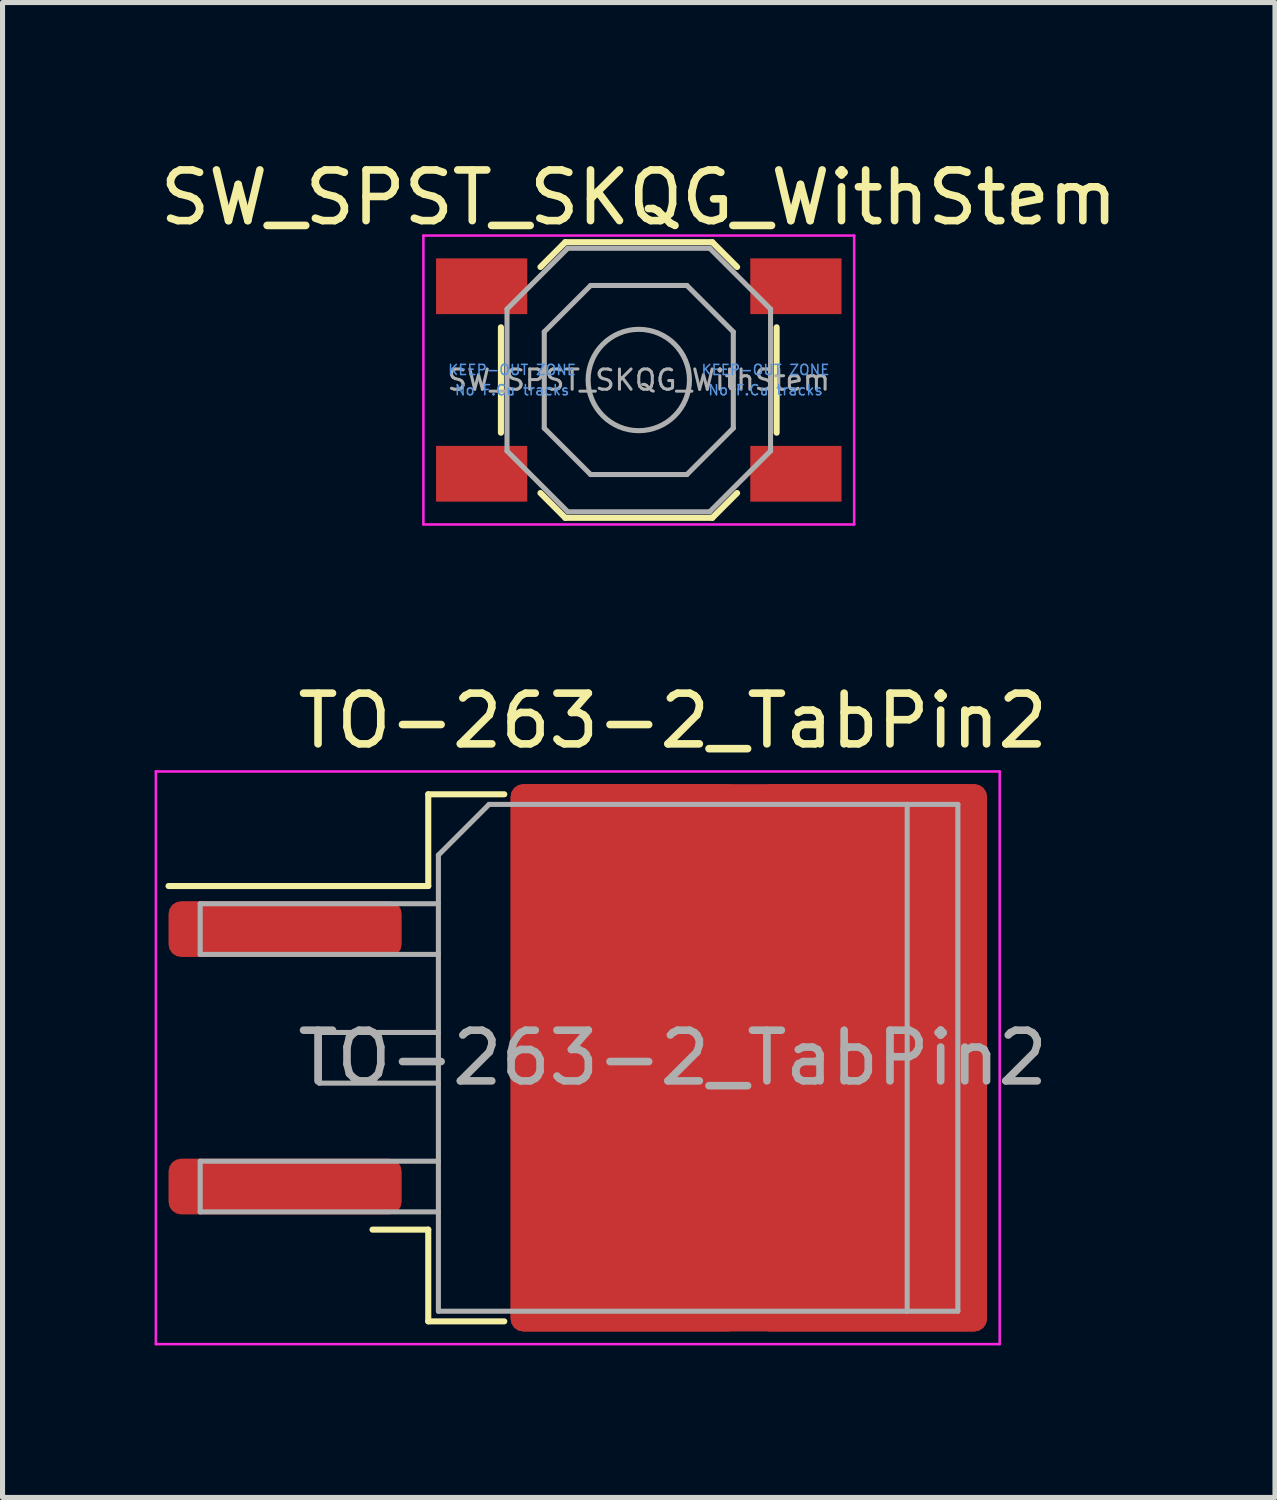
<source format=kicad_pcb>
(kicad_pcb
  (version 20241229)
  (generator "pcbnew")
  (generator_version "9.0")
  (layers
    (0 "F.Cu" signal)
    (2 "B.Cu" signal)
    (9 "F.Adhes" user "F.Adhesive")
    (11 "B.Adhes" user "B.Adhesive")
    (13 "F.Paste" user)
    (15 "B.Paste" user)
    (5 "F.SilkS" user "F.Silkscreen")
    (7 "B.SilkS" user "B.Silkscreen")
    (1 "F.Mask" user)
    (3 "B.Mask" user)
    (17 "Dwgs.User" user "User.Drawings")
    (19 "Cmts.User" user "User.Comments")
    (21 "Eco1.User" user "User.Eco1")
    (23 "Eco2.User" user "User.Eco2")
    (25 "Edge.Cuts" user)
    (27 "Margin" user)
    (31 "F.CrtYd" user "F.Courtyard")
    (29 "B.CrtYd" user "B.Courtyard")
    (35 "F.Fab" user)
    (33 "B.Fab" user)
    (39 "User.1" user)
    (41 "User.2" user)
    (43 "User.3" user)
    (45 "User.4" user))
  (footprint "SW_SPST_SKQG_WithStem"
    (layer "F.Cu")
    (at 9.554 4.448)
    (property "Reference" "SW_SPST_SKQG_WithStem" (at 0 -3.6 0) (layer "F.SilkS") (effects (font (size 1 1) (thickness 0.15))))
    (attr smd)
    (fp_line (start -2.72 1.04) (end -2.72 -1.04) (stroke (width 0.12) (type solid)) (layer "F.SilkS"))
    (fp_line (start -1.45 -2.72) (end -1.94 -2.23) (stroke (width 0.12) (type solid)) (layer "F.SilkS"))
    (fp_line (start -1.45 -2.72) (end 1.45 -2.72) (stroke (width 0.12) (type solid)) (layer "F.SilkS"))
    (fp_line (start -1.45 2.72) (end -1.94 2.23) (stroke (width 0.12) (type solid)) (layer "F.SilkS"))
    (fp_line (start -1.45 2.72) (end 1.45 2.72) (stroke (width 0.12) (type solid)) (layer "F.SilkS"))
    (fp_line (start 1.45 -2.72) (end 1.94 -2.23) (stroke (width 0.12) (type solid)) (layer "F.SilkS"))
    (fp_line (start 1.45 2.72) (end 1.94 2.23) (stroke (width 0.12) (type solid)) (layer "F.SilkS"))
    (fp_line (start 2.72 1.04) (end 2.72 -1.04) (stroke (width 0.12) (type solid)) (layer "F.SilkS"))
    (fp_line (start -4.25 -2.85) (end -4.25 2.85) (stroke (width 0.05) (type solid)) (layer "F.CrtYd"))
    (fp_line (start -4.25 2.85) (end 4.25 2.85) (stroke (width 0.05) (type solid)) (layer "F.CrtYd"))
    (fp_line (start 4.25 -2.85) (end -4.25 -2.85) (stroke (width 0.05) (type solid)) (layer "F.CrtYd"))
    (fp_line (start 4.25 2.85) (end 4.25 -2.85) (stroke (width 0.05) (type solid)) (layer "F.CrtYd"))
    (fp_line (start -2.6 -1.4) (end -1.4 -2.6) (stroke (width 0.1) (type solid)) (layer "F.Fab"))
    (fp_line (start -2.6 1.4) (end -2.6 -1.4) (stroke (width 0.1) (type solid)) (layer "F.Fab"))
    (fp_line (start -1.865 0.95) (end -1.865 -0.95) (stroke (width 0.1) (type solid)) (layer "F.Fab"))
    (fp_line (start -1.4 -2.6) (end 1.4 -2.6) (stroke (width 0.1) (type solid)) (layer "F.Fab"))
    (fp_line (start -1.4 2.6) (end -2.6 1.4) (stroke (width 0.1) (type solid)) (layer "F.Fab"))
    (fp_line (start -0.95 -1.865) (end -1.865 -0.95) (stroke (width 0.1) (type solid)) (layer "F.Fab"))
    (fp_line (start -0.95 -1.865) (end 0.95 -1.865) (stroke (width 0.1) (type solid)) (layer "F.Fab"))
    (fp_line (start -0.95 1.865) (end -1.865 0.95) (stroke (width 0.1) (type solid)) (layer "F.Fab"))
    (fp_line (start 0.95 -1.865) (end 1.865 -0.95) (stroke (width 0.1) (type solid)) (layer "F.Fab"))
    (fp_line (start 0.95 1.865) (end -0.95 1.865) (stroke (width 0.1) (type solid)) (layer "F.Fab"))
    (fp_line (start 0.95 1.865) (end 1.865 0.95) (stroke (width 0.1) (type solid)) (layer "F.Fab"))
    (fp_line (start 1.4 -2.6) (end 2.6 -1.4) (stroke (width 0.1) (type solid)) (layer "F.Fab"))
    (fp_line (start 1.4 2.6) (end -1.4 2.6) (stroke (width 0.1) (type solid)) (layer "F.Fab"))
    (fp_line (start 1.865 -0.95) (end 1.865 0.95) (stroke (width 0.1) (type solid)) (layer "F.Fab"))
    (fp_line (start 2.6 -1.4) (end 2.6 1.4) (stroke (width 0.1) (type solid)) (layer "F.Fab"))
    (fp_line (start 2.6 1.4) (end 1.4 2.6) (stroke (width 0.1) (type solid)) (layer "F.Fab"))
    (fp_circle (center 0 0) (end 1 0) (stroke (width 0.1) (type solid)) (fill no) (layer "F.Fab"))
    (fp_text user "KEEP-OUT ZONE" (at 2.5 -0.2 0) (layer "Cmts.User") (effects (font (size 0.2 0.2) (thickness 0.03))))
    (fp_text user "No F.Cu tracks" (at -2.5 0.2 0) (layer "Cmts.User") (effects (font (size 0.2 0.2) (thickness 0.03))))
    (fp_text user "No F.Cu tracks" (at 2.5 0.2 0) (layer "Cmts.User") (effects (font (size 0.2 0.2) (thickness 0.03))))
    (fp_text user "KEEP-OUT ZONE" (at -2.5 -0.2 0) (layer "Cmts.User") (effects (font (size 0.2 0.2) (thickness 0.03))))
    (fp_text user "${REFERENCE}" (at 0 0 0) (layer "F.Fab") (effects (font (size 0.4 0.4) (thickness 0.06))))
    (pad "1" smd rect (at -3.1 -1.85) (size 1.8 1.1) (layers "F.Cu" "F.Mask" "F.Paste"))
    (pad "2" smd rect (at -3.1 1.85) (size 1.8 1.1) (layers "F.Cu" "F.Mask" "F.Paste"))
    (pad "NC" smd rect (at 3.1 -1.85) (size 1.8 1.1) (layers "F.Cu" "F.Mask" "F.Paste"))
    (pad "NC" smd rect (at 3.1 1.85) (size 1.8 1.1) (layers "F.Cu" "F.Mask" "F.Paste")))
  (footprint "TO-263-2_TabPin2"
    (layer "F.Cu")
    (at 10.225 17.822)
    (property "Reference" "TO-263-2_TabPin2" (at 0 -6.65 0) (layer "F.SilkS") (effects (font (size 1 1) (thickness 0.15))))
    (attr smd)
    (fp_line (start -4.825 -5.2) (end -4.825 -3.39) (stroke (width 0.12) (type solid)) (layer "F.SilkS"))
    (fp_line (start -4.825 -3.39) (end -9.95 -3.39) (stroke (width 0.12) (type solid)) (layer "F.SilkS"))
    (fp_line (start -4.825 3.39) (end -5.925 3.39) (stroke (width 0.12) (type solid)) (layer "F.SilkS"))
    (fp_line (start -4.825 5.2) (end -4.825 3.39) (stroke (width 0.12) (type solid)) (layer "F.SilkS"))
    (fp_line (start -3.325 -5.2) (end -4.825 -5.2) (stroke (width 0.12) (type solid)) (layer "F.SilkS"))
    (fp_line (start -3.325 5.2) (end -4.825 5.2) (stroke (width 0.12) (type solid)) (layer "F.SilkS"))
    (fp_line (start -10.2 -5.65) (end -10.2 5.65) (stroke (width 0.05) (type solid)) (layer "F.CrtYd"))
    (fp_line (start -10.2 5.65) (end 6.45 5.65) (stroke (width 0.05) (type solid)) (layer "F.CrtYd"))
    (fp_line (start 6.45 -5.65) (end -10.2 -5.65) (stroke (width 0.05) (type solid)) (layer "F.CrtYd"))
    (fp_line (start 6.45 5.65) (end 6.45 -5.65) (stroke (width 0.05) (type solid)) (layer "F.CrtYd"))
    (fp_line (start -9.325 -3.04) (end -9.325 -2.04) (stroke (width 0.1) (type solid)) (layer "F.Fab"))
    (fp_line (start -9.325 -2.04) (end -4.625 -2.04) (stroke (width 0.1) (type solid)) (layer "F.Fab"))
    (fp_line (start -9.325 2.04) (end -9.325 3.04) (stroke (width 0.1) (type solid)) (layer "F.Fab"))
    (fp_line (start -9.325 3.04) (end -4.625 3.04) (stroke (width 0.1) (type solid)) (layer "F.Fab"))
    (fp_line (start -6.975 -0.5) (end -6.975 0.5) (stroke (width 0.1) (type solid)) (layer "F.Fab"))
    (fp_line (start -6.975 0.5) (end -4.625 0.5) (stroke (width 0.1) (type solid)) (layer "F.Fab"))
    (fp_line (start -4.625 -4) (end -3.625 -5) (stroke (width 0.1) (type solid)) (layer "F.Fab"))
    (fp_line (start -4.625 -3.04) (end -9.325 -3.04) (stroke (width 0.1) (type solid)) (layer "F.Fab"))
    (fp_line (start -4.625 -0.5) (end -6.975 -0.5) (stroke (width 0.1) (type solid)) (layer "F.Fab"))
    (fp_line (start -4.625 2.04) (end -9.325 2.04) (stroke (width 0.1) (type solid)) (layer "F.Fab"))
    (fp_line (start -4.625 5) (end -4.625 -4) (stroke (width 0.1) (type solid)) (layer "F.Fab"))
    (fp_line (start -3.625 -5) (end 4.625 -5) (stroke (width 0.1) (type solid)) (layer "F.Fab"))
    (fp_line (start 4.625 -5) (end 4.625 5) (stroke (width 0.1) (type solid)) (layer "F.Fab"))
    (fp_line (start 4.625 -5) (end 5.625 -5) (stroke (width 0.1) (type solid)) (layer "F.Fab"))
    (fp_line (start 4.625 5) (end -4.625 5) (stroke (width 0.1) (type solid)) (layer "F.Fab"))
    (fp_line (start 5.625 -5) (end 5.625 5) (stroke (width 0.1) (type solid)) (layer "F.Fab"))
    (fp_line (start 5.625 5) (end 4.625 5) (stroke (width 0.1) (type solid)) (layer "F.Fab"))
    (fp_text user "${REFERENCE}" (at 0 0 0) (layer "F.Fab") (effects (font (size 1 1) (thickness 0.15))))
    (pad "1" smd roundrect (at -7.65 -2.54) (size 4.6 1.1) (layers "F.Cu" "F.Mask" "F.Paste") (roundrect_rratio 0.227))
    (pad "2" smd roundrect (at -0.925 -2.775) (size 4.55 5.25) (layers "F.Cu" "F.Paste") (roundrect_rratio 0.055))
    (pad "2" smd roundrect (at -0.925 2.775) (size 4.55 5.25) (layers "F.Cu" "F.Paste") (roundrect_rratio 0.055))
    (pad "2" smd roundrect (at 1.5 0) (size 9.4 10.8) (layers "F.Cu" "F.Mask") (roundrect_rratio 0.027))
    (pad "2" smd roundrect (at 3.925 -2.775) (size 4.55 5.25) (layers "F.Cu" "F.Paste") (roundrect_rratio 0.055))
    (pad "2" smd roundrect (at 3.925 2.775) (size 4.55 5.25) (layers "F.Cu" "F.Paste") (roundrect_rratio 0.055))
    (pad "3" smd roundrect (at -7.65 2.54) (size 4.6 1.1) (layers "F.Cu" "F.Mask" "F.Paste") (roundrect_rratio 0.227)))
  (gr_rect
    (start -3 -3)
    (end 22.107 26.497)
    (stroke (width 0.1) (type default))
    (fill no)
    (layer "Edge.Cuts")))
</source>
